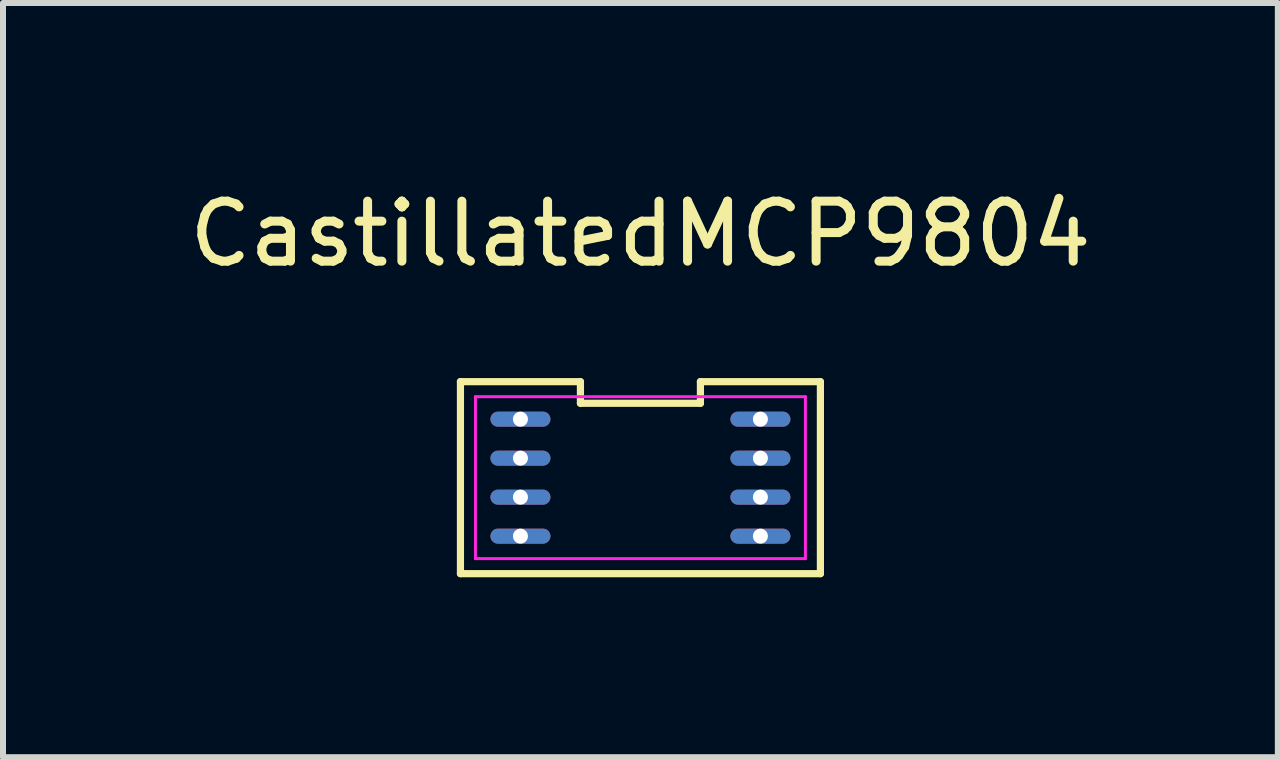
<source format=kicad_pcb>
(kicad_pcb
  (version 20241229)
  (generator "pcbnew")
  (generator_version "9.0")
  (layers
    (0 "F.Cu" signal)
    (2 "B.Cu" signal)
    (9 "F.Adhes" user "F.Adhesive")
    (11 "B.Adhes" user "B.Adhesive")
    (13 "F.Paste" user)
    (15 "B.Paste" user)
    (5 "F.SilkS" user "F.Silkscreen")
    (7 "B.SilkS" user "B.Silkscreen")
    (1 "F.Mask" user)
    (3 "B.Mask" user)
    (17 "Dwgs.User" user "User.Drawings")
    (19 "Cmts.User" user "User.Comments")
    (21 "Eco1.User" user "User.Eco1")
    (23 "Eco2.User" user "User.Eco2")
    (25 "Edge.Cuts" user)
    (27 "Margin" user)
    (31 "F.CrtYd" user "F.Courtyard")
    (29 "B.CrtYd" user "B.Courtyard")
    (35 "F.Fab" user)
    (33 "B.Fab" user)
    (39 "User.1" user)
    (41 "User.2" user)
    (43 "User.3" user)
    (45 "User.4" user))
  (footprint "CastillatedMCP9804"
    (layer "F.Cu")
    (at 7.752 3.515)
    (property "Reference" "CastillatedMCP9804" (at -0.127 -2.667 0) (layer "F.SilkS") (effects (font (size 1 1) (thickness 0.15))))
    (attr through_hole)
    (fp_line (start -3.127 -0.203) (end -3.127 2.997) (stroke (width 0.12) (type solid)) (layer "F.SilkS"))
    (fp_line (start -3.127 2.997) (end 2.873 2.997) (stroke (width 0.12) (type solid)) (layer "F.SilkS"))
    (fp_line (start -1.127 -0.203) (end -3.127 -0.203) (stroke (width 0.12) (type solid)) (layer "F.SilkS"))
    (fp_line (start -1.127 0.157) (end -1.127 -0.203) (stroke (width 0.12) (type solid)) (layer "F.SilkS"))
    (fp_line (start 0.873 -0.203) (end 0.873 0.157) (stroke (width 0.12) (type solid)) (layer "F.SilkS"))
    (fp_line (start 0.873 0.157) (end -1.127 0.157) (stroke (width 0.12) (type solid)) (layer "F.SilkS"))
    (fp_line (start 2.873 -0.203) (end 0.873 -0.203) (stroke (width 0.12) (type solid)) (layer "F.SilkS"))
    (fp_line (start 2.873 2.997) (end 2.873 -0.203) (stroke (width 0.12) (type solid)) (layer "F.SilkS"))
    (fp_line (start -2.877 0.047) (end 2.623 0.047) (stroke (width 0.05) (type solid)) (layer "F.CrtYd"))
    (fp_line (start -2.877 2.747) (end -2.877 0.047) (stroke (width 0.05) (type solid)) (layer "F.CrtYd"))
    (fp_line (start 2.623 0.047) (end 2.623 2.747) (stroke (width 0.05) (type solid)) (layer "F.CrtYd"))
    (fp_line (start 2.623 2.747) (end -2.877 2.747) (stroke (width 0.05) (type solid)) (layer "F.CrtYd"))
    (pad "1" thru_hole oval (at -2.127 0.422 270) (size 0.25 1) (drill 0.3) (layers "*.Cu" "*.Mask"))
    (pad "2" thru_hole oval (at -2.127 1.072 270) (size 0.25 1) (drill 0.3) (layers "*.Cu" "*.Mask"))
    (pad "3" thru_hole oval (at -2.127 1.722 270) (size 0.25 1) (drill 0.3) (layers "*.Cu" "*.Mask"))
    (pad "4" thru_hole oval (at -2.127 2.372 270) (size 0.25 1) (drill 0.3) (layers "*.Cu" "*.Mask"))
    (pad "5" thru_hole oval (at 1.873 2.372 270) (size 0.25 1) (drill 0.3) (layers "*.Cu" "*.Mask"))
    (pad "6" thru_hole oval (at 1.873 1.722 270) (size 0.25 1) (drill 0.3) (layers "*.Cu" "*.Mask"))
    (pad "7" thru_hole oval (at 1.873 1.072 270) (size 0.25 1) (drill 0.3) (layers "*.Cu" "*.Mask"))
    (pad "8" thru_hole oval (at 1.873 0.422 270) (size 0.25 1) (drill 0.3) (layers "*.Cu" "*.Mask")))
  (gr_rect
    (start -3 -3)
    (end 18.25 9.572)
    (stroke (width 0.1) (type default))
    (fill no)
    (layer "Edge.Cuts")))
</source>
